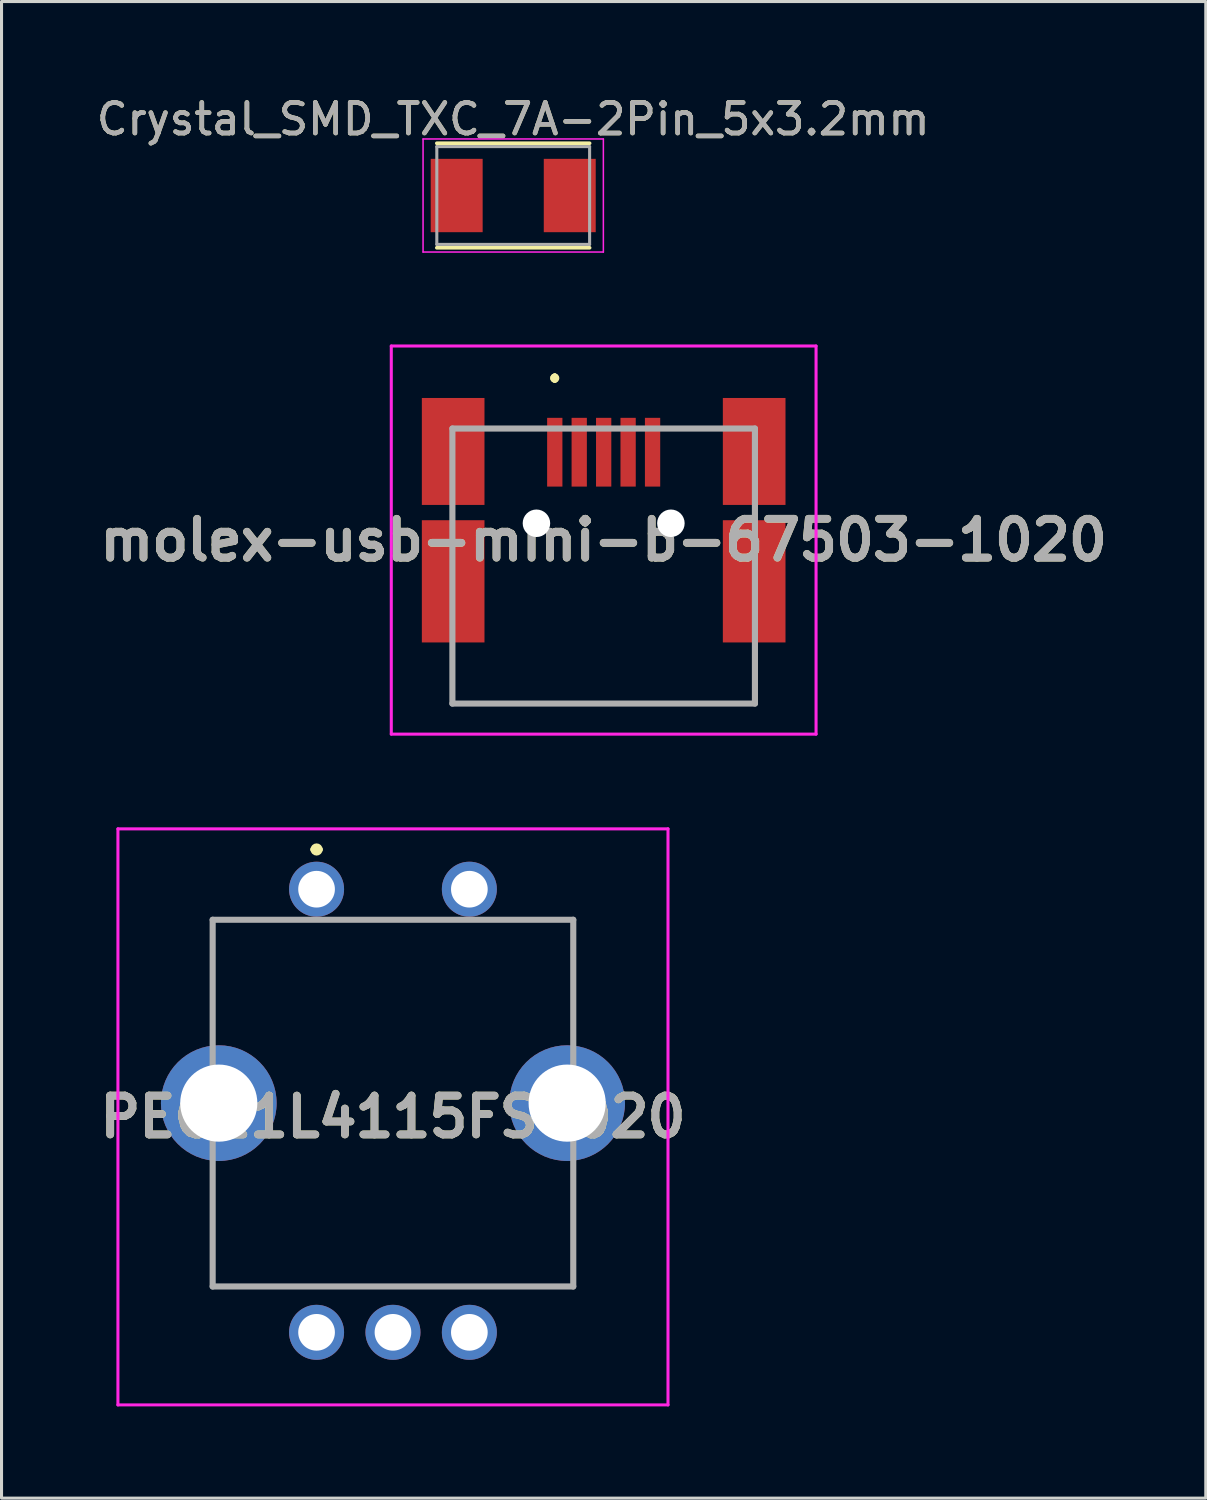
<source format=kicad_pcb>
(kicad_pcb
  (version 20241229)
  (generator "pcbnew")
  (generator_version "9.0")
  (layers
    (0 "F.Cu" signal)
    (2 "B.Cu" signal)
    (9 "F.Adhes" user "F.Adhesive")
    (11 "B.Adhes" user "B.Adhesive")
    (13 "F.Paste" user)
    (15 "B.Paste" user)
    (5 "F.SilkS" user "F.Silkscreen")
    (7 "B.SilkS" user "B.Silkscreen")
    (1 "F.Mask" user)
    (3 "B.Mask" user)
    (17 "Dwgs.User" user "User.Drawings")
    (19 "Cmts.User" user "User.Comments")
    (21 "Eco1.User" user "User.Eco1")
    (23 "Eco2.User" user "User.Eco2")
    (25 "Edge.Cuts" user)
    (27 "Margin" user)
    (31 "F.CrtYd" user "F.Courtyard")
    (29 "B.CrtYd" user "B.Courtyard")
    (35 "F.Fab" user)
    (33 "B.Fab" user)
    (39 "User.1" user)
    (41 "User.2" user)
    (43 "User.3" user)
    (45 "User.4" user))
  (footprint "PEC11L4115FS0020"
    (layer "F.Cu")
    (at 7.309 26.048)
    (property "Reference" "PEC11L4115FS0020" (at 2.5 7.45 0) (layer "F.SilkS") (effects (font (size 1.27 1.27) (thickness 0.254))))
    (attr through_hole)
    (fp_line (start -3.4 1) (end -0.9 1) (stroke (width 0.1) (type solid)) (layer "F.SilkS"))
    (fp_line (start -3.4 4.8) (end -3.4 1) (stroke (width 0.1) (type solid)) (layer "F.SilkS"))
    (fp_line (start -3.4 9.2) (end -3.4 13) (stroke (width 0.1) (type solid)) (layer "F.SilkS"))
    (fp_line (start -3.4 13) (end 8.4 13) (stroke (width 0.1) (type solid)) (layer "F.SilkS"))
    (fp_line (start -0.1 -1.3) (end -0.1 -1.3) (stroke (width 0.2) (type solid)) (layer "F.SilkS"))
    (fp_line (start 0.1 -1.3) (end 0.1 -1.3) (stroke (width 0.2) (type solid)) (layer "F.SilkS"))
    (fp_line (start 5.9 1) (end 8.4 1) (stroke (width 0.1) (type solid)) (layer "F.SilkS"))
    (fp_line (start 8.4 1) (end 8.4 4.8) (stroke (width 0.1) (type solid)) (layer "F.SilkS"))
    (fp_line (start 8.4 13) (end 8.4 9.2) (stroke (width 0.1) (type solid)) (layer "F.SilkS"))
    (fp_arc (start -0.1 -1.3) (mid 0 -1.4) (end 0.1 -1.3) (stroke (width 0.2) (type solid)) (layer "F.SilkS"))
    (fp_arc (start 0.1 -1.3) (mid 0 -1.2) (end -0.1 -1.3) (stroke (width 0.2) (type solid)) (layer "F.SilkS"))
    (fp_line (start -6.5 -1.975) (end 11.5 -1.975) (stroke (width 0.1) (type solid)) (layer "F.CrtYd"))
    (fp_line (start -6.5 16.875) (end -6.5 -1.975) (stroke (width 0.1) (type solid)) (layer "F.CrtYd"))
    (fp_line (start 11.5 -1.975) (end 11.5 16.875) (stroke (width 0.1) (type solid)) (layer "F.CrtYd"))
    (fp_line (start 11.5 16.875) (end -6.5 16.875) (stroke (width 0.1) (type solid)) (layer "F.CrtYd"))
    (fp_line (start -3.4 1) (end 8.4 1) (stroke (width 0.2) (type solid)) (layer "F.Fab"))
    (fp_line (start -3.4 13) (end -3.4 1) (stroke (width 0.2) (type solid)) (layer "F.Fab"))
    (fp_line (start 8.4 1) (end 8.4 13) (stroke (width 0.2) (type solid)) (layer "F.Fab"))
    (fp_line (start 8.4 13) (end -3.4 13) (stroke (width 0.2) (type solid)) (layer "F.Fab"))
    (fp_text user "${REFERENCE}" (at 2.5 7.45 0) (layer "F.Fab") (effects (font (size 1.27 1.27) (thickness 0.254))))
    (pad "1" thru_hole circle (at 0 0) (size 1.8 1.8) (drill 1.2) (layers "*.Cu" "*.Mask"))
    (pad "2" thru_hole circle (at 5 0) (size 1.8 1.8) (drill 1.2) (layers "*.Cu" "*.Mask"))
    (pad "A1" thru_hole circle (at 0 14.5) (size 1.8 1.8) (drill 1.2) (layers "*.Cu" "*.Mask"))
    (pad "B1" thru_hole circle (at 5 14.5) (size 1.8 1.8) (drill 1.2) (layers "*.Cu" "*.Mask"))
    (pad "C1" thru_hole circle (at 2.5 14.5) (size 1.8 1.8) (drill 1.2) (layers "*.Cu" "*.Mask"))
    (pad "MH1" thru_hole circle (at -3.2 7) (size 3.786 3.786) (drill 2.524) (layers "*.Cu" "*.Mask"))
    (pad "MH2" thru_hole circle (at 8.2 7) (size 3.786 3.786) (drill 2.524) (layers "*.Cu" "*.Mask")))
  (footprint "molex-usb-mini-b-67503-1020"
    (layer "F.Cu")
    (at 16.704 15.473)
    (property "Reference" "molex-usb-mini-b-67503-1020" (at 0 -0.85 0) (layer "F.SilkS") (effects (font (size 1.27 1.27) (thickness 0.254))))
    (attr through_hole)
    (fp_line (start -4.95 3.25) (end -4.95 3.25) (stroke (width 0.1) (type solid)) (layer "F.SilkS"))
    (fp_line (start -4.95 3.25) (end -4.95 4.5) (stroke (width 0.1) (type solid)) (layer "F.SilkS"))
    (fp_line (start -4.95 4.5) (end -4.95 3.25) (stroke (width 0.1) (type solid)) (layer "F.SilkS"))
    (fp_line (start -4.95 4.5) (end -4.95 4.5) (stroke (width 0.1) (type solid)) (layer "F.SilkS"))
    (fp_line (start -4.95 4.5) (end -4.95 4.5) (stroke (width 0.1) (type solid)) (layer "F.SilkS"))
    (fp_line (start -4.95 4.5) (end 4.925 4.5) (stroke (width 0.1) (type solid)) (layer "F.SilkS"))
    (fp_line (start -1.6 -6.2) (end -1.6 -6.2) (stroke (width 0.2) (type solid)) (layer "F.SilkS"))
    (fp_line (start -1.6 -6.2) (end -1.6 -6.2) (stroke (width 0.2) (type solid)) (layer "F.SilkS"))
    (fp_line (start -1.6 -6.1) (end -1.6 -6.1) (stroke (width 0.2) (type solid)) (layer "F.SilkS"))
    (fp_line (start 4.925 4.5) (end -4.95 4.5) (stroke (width 0.1) (type solid)) (layer "F.SilkS"))
    (fp_line (start 4.925 4.5) (end 4.925 4.5) (stroke (width 0.1) (type solid)) (layer "F.SilkS"))
    (fp_line (start 4.95 3.25) (end 4.95 3.25) (stroke (width 0.1) (type solid)) (layer "F.SilkS"))
    (fp_line (start 4.95 3.25) (end 4.95 4.5) (stroke (width 0.1) (type solid)) (layer "F.SilkS"))
    (fp_line (start 4.95 4.5) (end 4.95 3.25) (stroke (width 0.1) (type solid)) (layer "F.SilkS"))
    (fp_line (start 4.95 4.5) (end 4.95 4.5) (stroke (width 0.1) (type solid)) (layer "F.SilkS"))
    (fp_arc (start -1.6 -6.2) (mid -1.55 -6.15) (end -1.6 -6.1) (stroke (width 0.2) (type solid)) (layer "F.SilkS"))
    (fp_arc (start -1.6 -6.1) (mid -1.65 -6.15) (end -1.6 -6.2) (stroke (width 0.2) (type solid)) (layer "F.SilkS"))
    (fp_arc (start -1.6 -6.1) (mid -1.65 -6.15) (end -1.6 -6.2) (stroke (width 0.2) (type solid)) (layer "F.SilkS"))
    (fp_line (start -6.95 -7.2) (end 6.95 -7.2) (stroke (width 0.1) (type solid)) (layer "F.CrtYd"))
    (fp_line (start -6.95 5.5) (end -6.95 -7.2) (stroke (width 0.1) (type solid)) (layer "F.CrtYd"))
    (fp_line (start 6.95 -7.2) (end 6.95 5.5) (stroke (width 0.1) (type solid)) (layer "F.CrtYd"))
    (fp_line (start 6.95 5.5) (end -6.95 5.5) (stroke (width 0.1) (type solid)) (layer "F.CrtYd"))
    (fp_line (start -4.95 -4.5) (end -4.95 4.5) (stroke (width 0.2) (type solid)) (layer "F.Fab"))
    (fp_line (start -4.95 4.5) (end 4.95 4.5) (stroke (width 0.2) (type solid)) (layer "F.Fab"))
    (fp_line (start 4.95 -4.5) (end -4.95 -4.5) (stroke (width 0.2) (type solid)) (layer "F.Fab"))
    (fp_line (start 4.95 4.5) (end 4.95 -4.5) (stroke (width 0.2) (type solid)) (layer "F.Fab"))
    (fp_text user "${REFERENCE}" (at 0 -0.85 0) (layer "F.Fab") (effects (font (size 1.27 1.27) (thickness 0.254))))
    (pad "" np_thru_hole circle (at -2.2 -1.4) (size 0.9 0.9) (drill 0.9) (layers "*.Cu" "*.Mask"))
    (pad "" np_thru_hole circle (at 2.2 -1.4) (size 0.9 0.9) (drill 0.9) (layers "*.Cu" "*.Mask"))
    (pad "1" smd rect (at -1.6 -3.725) (size 0.5 2.25) (layers "F.Cu" "F.Mask" "F.Paste"))
    (pad "2" smd rect (at -0.8 -3.725) (size 0.5 2.25) (layers "F.Cu" "F.Mask" "F.Paste"))
    (pad "3" smd rect (at 0 -3.725) (size 0.5 2.25) (layers "F.Cu" "F.Mask" "F.Paste"))
    (pad "4" smd rect (at 0.8 -3.725) (size 0.5 2.25) (layers "F.Cu" "F.Mask" "F.Paste"))
    (pad "5" smd rect (at 1.6 -3.725) (size 0.5 2.25) (layers "F.Cu" "F.Mask" "F.Paste"))
    (pad "6" smd rect (at -4.925 -3.75) (size 2.05 3.5) (layers "F.Cu" "F.Mask" "F.Paste"))
    (pad "6" smd rect (at -4.925 0.5) (size 2.05 4) (layers "F.Cu" "F.Mask" "F.Paste"))
    (pad "6" smd rect (at 4.925 -3.75) (size 2.05 3.5) (layers "F.Cu" "F.Mask" "F.Paste"))
    (pad "6" smd rect (at 4.925 0.5) (size 2.05 4) (layers "F.Cu" "F.Mask" "F.Paste")))
  (footprint "Crystal_SMD_TXC_7A-2Pin_5x3.2mm"
    (layer "F.Cu")
    (at 13.744 3.348)
    (property "Reference" "Crystal_SMD_TXC_7A-2Pin_5x3.2mm" (at 0 -2.5 0) (layer "F.SilkS") (effects (font (size 1 1) (thickness 0.15))))
    (attr smd)
    (fp_line (start -2.5 -1.71) (end 2.5 -1.71) (stroke (width 0.12) (type solid)) (layer "F.SilkS"))
    (fp_line (start -2.5 1.71) (end 2.5 1.71) (stroke (width 0.12) (type solid)) (layer "F.SilkS"))
    (fp_line (start -2.95 -1.85) (end -2.95 1.85) (stroke (width 0.05) (type solid)) (layer "F.CrtYd"))
    (fp_line (start -2.95 -1.85) (end 2.95 -1.85) (stroke (width 0.05) (type solid)) (layer "F.CrtYd"))
    (fp_line (start 2.95 -1.85) (end 2.95 1.85) (stroke (width 0.05) (type solid)) (layer "F.CrtYd"))
    (fp_line (start 2.95 1.85) (end -2.95 1.85) (stroke (width 0.05) (type solid)) (layer "F.CrtYd"))
    (fp_line (start -2.5 -1.6) (end -2.5 1.6) (stroke (width 0.1) (type solid)) (layer "F.Fab"))
    (fp_line (start -2.5 -1.6) (end 2.5 -1.6) (stroke (width 0.1) (type solid)) (layer "F.Fab"))
    (fp_line (start -2.5 1.6) (end 2.5 1.6) (stroke (width 0.1) (type solid)) (layer "F.Fab"))
    (fp_line (start 2.5 -1.6) (end 2.5 1.6) (stroke (width 0.1) (type solid)) (layer "F.Fab"))
    (fp_text user "${REFERENCE}" (at 0 -2.5 0) (layer "F.Fab") (effects (font (size 1 1) (thickness 0.15))))
    (pad "1" smd rect (at -1.85 0) (size 1.7 2.4) (layers "F.Cu" "F.Mask" "F.Paste"))
    (pad "2" smd rect (at 1.85 0) (size 1.7 2.4) (layers "F.Cu" "F.Mask" "F.Paste")))
  (gr_rect
    (start -3 -3)
    (end 36.407 45.973)
    (stroke (width 0.1) (type default))
    (fill no)
    (layer "Edge.Cuts")))
</source>
